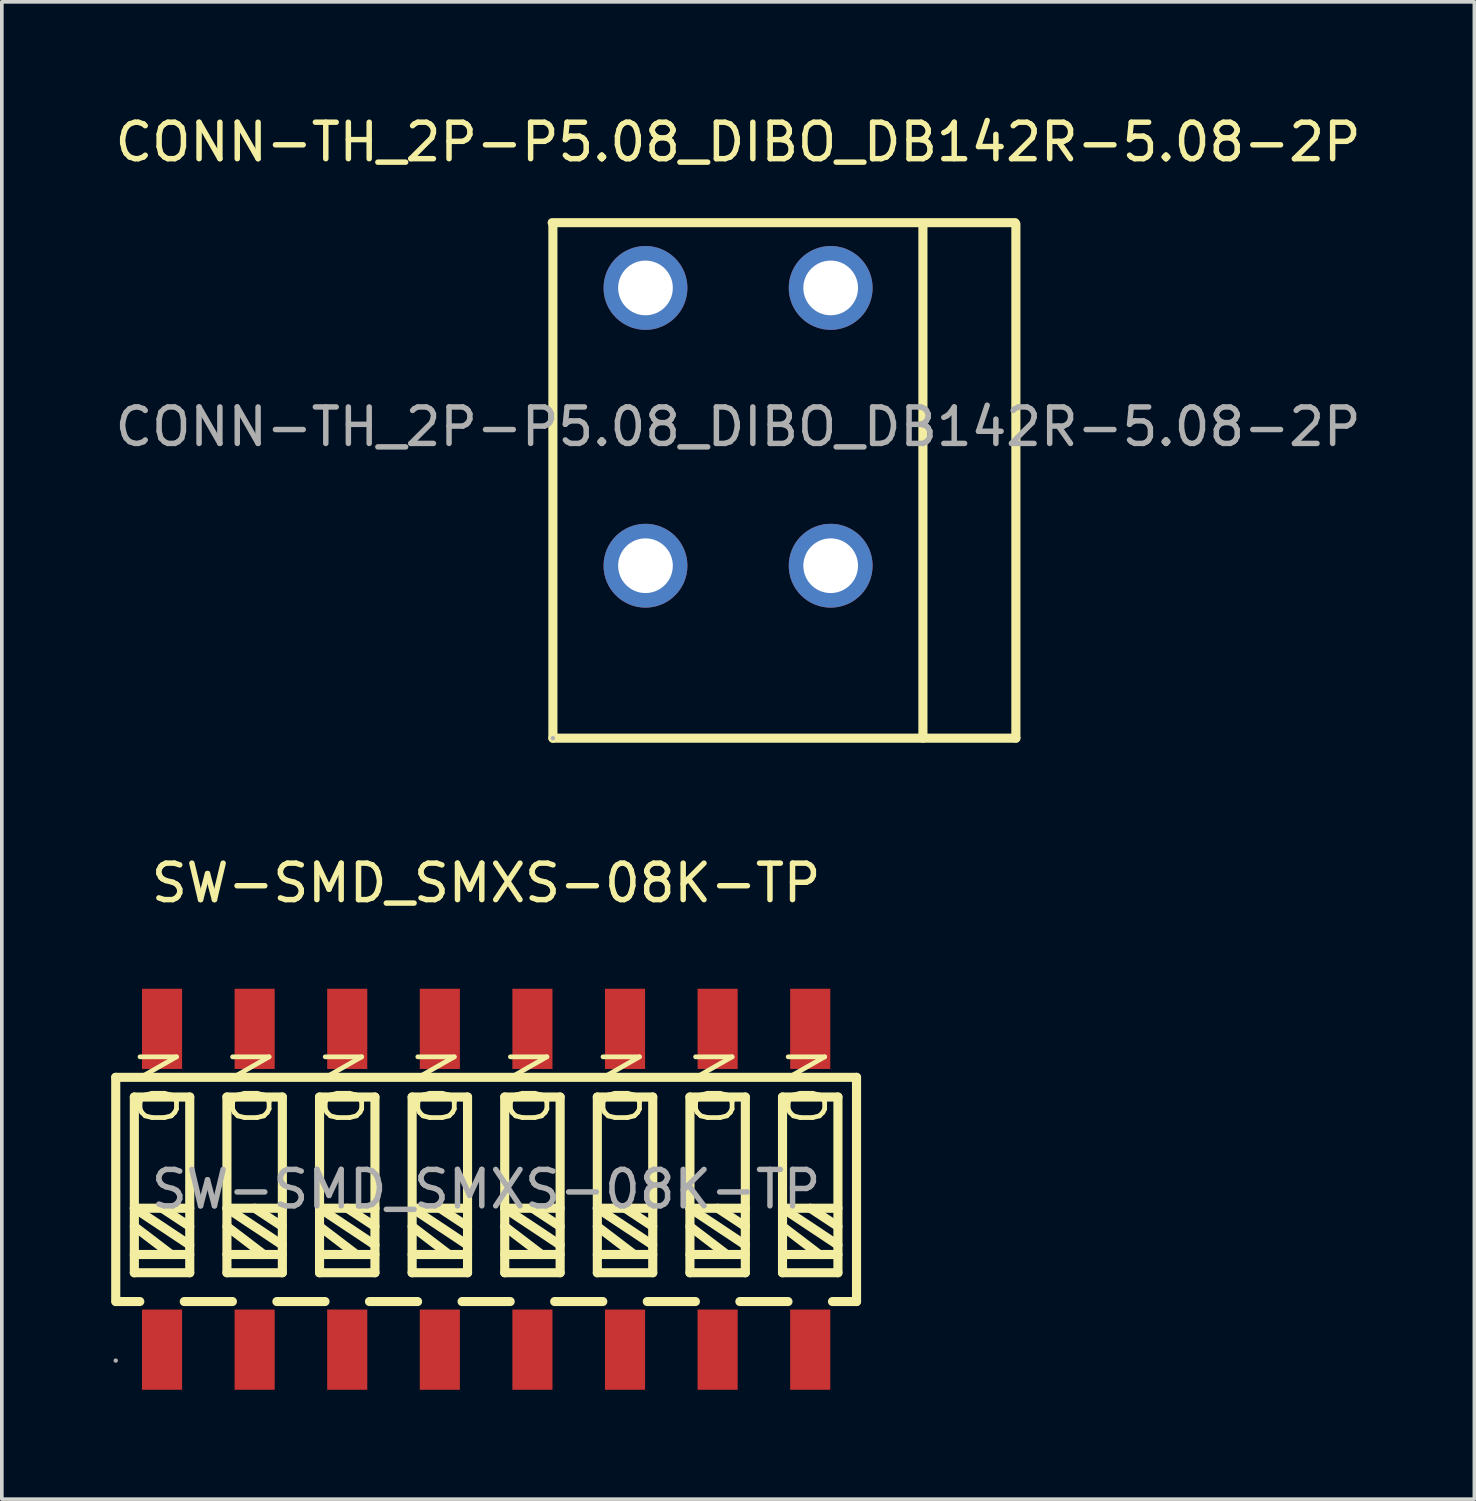
<source format=kicad_pcb>
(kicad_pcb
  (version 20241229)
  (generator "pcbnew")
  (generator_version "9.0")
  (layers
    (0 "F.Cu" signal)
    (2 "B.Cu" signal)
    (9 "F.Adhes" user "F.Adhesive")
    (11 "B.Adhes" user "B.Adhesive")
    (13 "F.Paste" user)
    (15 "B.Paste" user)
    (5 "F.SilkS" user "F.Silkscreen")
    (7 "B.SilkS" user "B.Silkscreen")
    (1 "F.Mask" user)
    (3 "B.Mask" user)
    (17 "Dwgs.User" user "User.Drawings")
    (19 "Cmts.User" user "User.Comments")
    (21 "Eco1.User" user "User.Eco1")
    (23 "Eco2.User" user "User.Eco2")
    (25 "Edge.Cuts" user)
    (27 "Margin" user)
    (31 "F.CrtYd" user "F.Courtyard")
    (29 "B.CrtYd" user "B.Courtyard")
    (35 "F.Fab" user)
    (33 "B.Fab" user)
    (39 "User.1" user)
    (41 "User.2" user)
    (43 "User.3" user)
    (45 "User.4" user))
  (footprint "SW-SMD_SMXS-08K-TP"
    (layer "F.Cu")
    (at 10.285 29.572)
    (property "Reference" "SW-SMD_SMXS-08K-TP" (at 0 -8.4 0) (layer "F.SilkS") (effects (font (size 1 1) (thickness 0.15))))
    (attr through_hole)
    (fp_line (start -10.16 -3.07) (end 10.16 -3.07) (stroke (width 0.25) (type solid)) (layer "F.SilkS"))
    (fp_line (start -10.16 3.08) (end -10.16 -3.07) (stroke (width 0.25) (type solid)) (layer "F.SilkS"))
    (fp_line (start -9.65 -2.53) (end -9.65 2.29) (stroke (width 0.25) (type solid)) (layer "F.SilkS"))
    (fp_line (start -9.65 0.52) (end -8.13 1.53) (stroke (width 0.25) (type solid)) (layer "F.SilkS"))
    (fp_line (start -9.65 1.02) (end -8.64 1.79) (stroke (width 0.25) (type solid)) (layer "F.SilkS"))
    (fp_line (start -9.65 1.79) (end -8.13 1.79) (stroke (width 0.25) (type solid)) (layer "F.SilkS"))
    (fp_line (start -9.65 2.29) (end -8.13 2.29) (stroke (width 0.25) (type solid)) (layer "F.SilkS"))
    (fp_line (start -9.5 3.08) (end -10.15 3.08) (stroke (width 0.25) (type solid)) (layer "F.SilkS"))
    (fp_line (start -8.89 0.52) (end -8.13 1.02) (stroke (width 0.25) (type solid)) (layer "F.SilkS"))
    (fp_line (start -8.13 -2.53) (end -9.65 -2.53) (stroke (width 0.25) (type solid)) (layer "F.SilkS"))
    (fp_line (start -8.13 0.52) (end -9.65 0.52) (stroke (width 0.25) (type solid)) (layer "F.SilkS"))
    (fp_line (start -8.13 2.29) (end -8.13 -2.53) (stroke (width 0.25) (type solid)) (layer "F.SilkS"))
    (fp_line (start -7.11 -2.53) (end -5.59 -2.53) (stroke (width 0.25) (type solid)) (layer "F.SilkS"))
    (fp_line (start -7.11 0.52) (end -5.59 0.52) (stroke (width 0.25) (type solid)) (layer "F.SilkS"))
    (fp_line (start -7.11 1.02) (end -6.1 1.79) (stroke (width 0.25) (type solid)) (layer "F.SilkS"))
    (fp_line (start -7.11 1.79) (end -5.59 1.79) (stroke (width 0.25) (type solid)) (layer "F.SilkS"))
    (fp_line (start -7.11 2.29) (end -7.11 -2.53) (stroke (width 0.25) (type solid)) (layer "F.SilkS"))
    (fp_line (start -6.96 3.08) (end -8.28 3.08) (stroke (width 0.25) (type solid)) (layer "F.SilkS"))
    (fp_line (start -6.35 0.52) (end -5.59 1.02) (stroke (width 0.25) (type solid)) (layer "F.SilkS"))
    (fp_line (start -5.59 -2.53) (end -5.59 2.29) (stroke (width 0.25) (type solid)) (layer "F.SilkS"))
    (fp_line (start -5.59 1.53) (end -7.11 0.52) (stroke (width 0.25) (type solid)) (layer "F.SilkS"))
    (fp_line (start -5.59 2.29) (end -7.11 2.29) (stroke (width 0.25) (type solid)) (layer "F.SilkS"))
    (fp_line (start -4.57 -2.53) (end -4.57 2.29) (stroke (width 0.25) (type solid)) (layer "F.SilkS"))
    (fp_line (start -4.57 0.52) (end -3.05 1.53) (stroke (width 0.25) (type solid)) (layer "F.SilkS"))
    (fp_line (start -4.57 1.02) (end -3.56 1.79) (stroke (width 0.25) (type solid)) (layer "F.SilkS"))
    (fp_line (start -4.57 1.79) (end -3.05 1.79) (stroke (width 0.25) (type solid)) (layer "F.SilkS"))
    (fp_line (start -4.57 2.29) (end -3.05 2.29) (stroke (width 0.25) (type solid)) (layer "F.SilkS"))
    (fp_line (start -4.42 3.08) (end -5.74 3.08) (stroke (width 0.25) (type solid)) (layer "F.SilkS"))
    (fp_line (start -3.81 0.52) (end -3.05 1.02) (stroke (width 0.25) (type solid)) (layer "F.SilkS"))
    (fp_line (start -3.05 -2.53) (end -4.57 -2.53) (stroke (width 0.25) (type solid)) (layer "F.SilkS"))
    (fp_line (start -3.05 0.52) (end -4.57 0.52) (stroke (width 0.25) (type solid)) (layer "F.SilkS"))
    (fp_line (start -3.05 2.29) (end -3.05 -2.53) (stroke (width 0.25) (type solid)) (layer "F.SilkS"))
    (fp_line (start -2.03 -2.53) (end -0.51 -2.53) (stroke (width 0.25) (type solid)) (layer "F.SilkS"))
    (fp_line (start -2.03 0.52) (end -0.51 0.52) (stroke (width 0.25) (type solid)) (layer "F.SilkS"))
    (fp_line (start -2.03 1.02) (end -1.02 1.79) (stroke (width 0.25) (type solid)) (layer "F.SilkS"))
    (fp_line (start -2.03 1.79) (end -0.51 1.79) (stroke (width 0.25) (type solid)) (layer "F.SilkS"))
    (fp_line (start -2.03 2.29) (end -2.03 -2.53) (stroke (width 0.25) (type solid)) (layer "F.SilkS"))
    (fp_line (start -1.88 3.08) (end -3.2 3.08) (stroke (width 0.25) (type solid)) (layer "F.SilkS"))
    (fp_line (start -1.27 0.52) (end -0.51 1.02) (stroke (width 0.25) (type solid)) (layer "F.SilkS"))
    (fp_line (start -0.51 -2.53) (end -0.51 2.29) (stroke (width 0.25) (type solid)) (layer "F.SilkS"))
    (fp_line (start -0.51 1.53) (end -2.03 0.52) (stroke (width 0.25) (type solid)) (layer "F.SilkS"))
    (fp_line (start -0.51 2.29) (end -2.03 2.29) (stroke (width 0.25) (type solid)) (layer "F.SilkS"))
    (fp_line (start 0.51 -2.53) (end 0.51 2.29) (stroke (width 0.25) (type solid)) (layer "F.SilkS"))
    (fp_line (start 0.51 0.52) (end 2.03 1.53) (stroke (width 0.25) (type solid)) (layer "F.SilkS"))
    (fp_line (start 0.51 1.02) (end 1.52 1.79) (stroke (width 0.25) (type solid)) (layer "F.SilkS"))
    (fp_line (start 0.51 1.79) (end 2.03 1.79) (stroke (width 0.25) (type solid)) (layer "F.SilkS"))
    (fp_line (start 0.51 2.29) (end 2.03 2.29) (stroke (width 0.25) (type solid)) (layer "F.SilkS"))
    (fp_line (start 0.66 3.08) (end -0.66 3.08) (stroke (width 0.25) (type solid)) (layer "F.SilkS"))
    (fp_line (start 1.27 0.52) (end 2.03 1.02) (stroke (width 0.25) (type solid)) (layer "F.SilkS"))
    (fp_line (start 2.03 -2.53) (end 0.51 -2.53) (stroke (width 0.25) (type solid)) (layer "F.SilkS"))
    (fp_line (start 2.03 0.52) (end 0.51 0.52) (stroke (width 0.25) (type solid)) (layer "F.SilkS"))
    (fp_line (start 2.03 2.29) (end 2.03 -2.53) (stroke (width 0.25) (type solid)) (layer "F.SilkS"))
    (fp_line (start 3.05 -2.53) (end 4.57 -2.53) (stroke (width 0.25) (type solid)) (layer "F.SilkS"))
    (fp_line (start 3.05 0.52) (end 4.57 0.52) (stroke (width 0.25) (type solid)) (layer "F.SilkS"))
    (fp_line (start 3.05 1.02) (end 4.06 1.79) (stroke (width 0.25) (type solid)) (layer "F.SilkS"))
    (fp_line (start 3.05 1.79) (end 4.57 1.79) (stroke (width 0.25) (type solid)) (layer "F.SilkS"))
    (fp_line (start 3.05 2.29) (end 3.05 -2.53) (stroke (width 0.25) (type solid)) (layer "F.SilkS"))
    (fp_line (start 3.2 3.08) (end 1.88 3.08) (stroke (width 0.25) (type solid)) (layer "F.SilkS"))
    (fp_line (start 3.81 0.52) (end 4.57 1.02) (stroke (width 0.25) (type solid)) (layer "F.SilkS"))
    (fp_line (start 4.57 -2.53) (end 4.57 2.29) (stroke (width 0.25) (type solid)) (layer "F.SilkS"))
    (fp_line (start 4.57 1.53) (end 3.05 0.52) (stroke (width 0.25) (type solid)) (layer "F.SilkS"))
    (fp_line (start 4.57 2.29) (end 3.05 2.29) (stroke (width 0.25) (type solid)) (layer "F.SilkS"))
    (fp_line (start 5.59 -2.53) (end 5.59 2.29) (stroke (width 0.25) (type solid)) (layer "F.SilkS"))
    (fp_line (start 5.59 0.52) (end 7.11 1.53) (stroke (width 0.25) (type solid)) (layer "F.SilkS"))
    (fp_line (start 5.59 1.02) (end 6.6 1.79) (stroke (width 0.25) (type solid)) (layer "F.SilkS"))
    (fp_line (start 5.59 1.79) (end 7.11 1.79) (stroke (width 0.25) (type solid)) (layer "F.SilkS"))
    (fp_line (start 5.59 2.29) (end 7.11 2.29) (stroke (width 0.25) (type solid)) (layer "F.SilkS"))
    (fp_line (start 5.74 3.08) (end 4.42 3.08) (stroke (width 0.25) (type solid)) (layer "F.SilkS"))
    (fp_line (start 6.35 0.52) (end 7.11 1.02) (stroke (width 0.25) (type solid)) (layer "F.SilkS"))
    (fp_line (start 7.11 -2.53) (end 5.59 -2.53) (stroke (width 0.25) (type solid)) (layer "F.SilkS"))
    (fp_line (start 7.11 0.52) (end 5.59 0.52) (stroke (width 0.25) (type solid)) (layer "F.SilkS"))
    (fp_line (start 7.11 2.29) (end 7.11 -2.53) (stroke (width 0.25) (type solid)) (layer "F.SilkS"))
    (fp_line (start 8.13 -2.53) (end 9.65 -2.53) (stroke (width 0.25) (type solid)) (layer "F.SilkS"))
    (fp_line (start 8.13 0.52) (end 9.65 0.52) (stroke (width 0.25) (type solid)) (layer "F.SilkS"))
    (fp_line (start 8.13 1.02) (end 9.14 1.79) (stroke (width 0.25) (type solid)) (layer "F.SilkS"))
    (fp_line (start 8.13 1.79) (end 9.65 1.79) (stroke (width 0.25) (type solid)) (layer "F.SilkS"))
    (fp_line (start 8.13 2.29) (end 8.13 -2.53) (stroke (width 0.25) (type solid)) (layer "F.SilkS"))
    (fp_line (start 8.28 3.08) (end 6.96 3.08) (stroke (width 0.25) (type solid)) (layer "F.SilkS"))
    (fp_line (start 8.89 0.52) (end 9.65 1.02) (stroke (width 0.25) (type solid)) (layer "F.SilkS"))
    (fp_line (start 9.65 -2.53) (end 9.65 2.29) (stroke (width 0.25) (type solid)) (layer "F.SilkS"))
    (fp_line (start 9.65 1.53) (end 8.13 0.52) (stroke (width 0.25) (type solid)) (layer "F.SilkS"))
    (fp_line (start 9.65 2.29) (end 8.13 2.29) (stroke (width 0.25) (type solid)) (layer "F.SilkS"))
    (fp_line (start 10.16 -3.07) (end 10.16 3.08) (stroke (width 0.25) (type solid)) (layer "F.SilkS"))
    (fp_line (start 10.16 3.08) (end 9.5 3.08) (stroke (width 0.25) (type solid)) (layer "F.SilkS"))
    (fp_circle (center -10.16 4.7) (end -10.13 4.7) (stroke (width 0.06) (type solid)) (fill no) (layer "F.Fab"))
    (fp_text user "ON" (at 1.21 -1.69 90) (layer "F.SilkS") (effects (font (size 1 1) (thickness 0.13)) (justify left)))
    (fp_text user "ON" (at -6.41 -1.69 90) (layer "F.SilkS") (effects (font (size 1 1) (thickness 0.13)) (justify left)))
    (fp_text user "ON" (at 8.83 -1.69 90) (layer "F.SilkS") (effects (font (size 1 1) (thickness 0.13)) (justify left)))
    (fp_text user "ON" (at 3.75 -1.69 90) (layer "F.SilkS") (effects (font (size 1 1) (thickness 0.13)) (justify left)))
    (fp_text user "ON" (at -8.95 -1.69 90) (layer "F.SilkS") (effects (font (size 1 1) (thickness 0.13)) (justify left)))
    (fp_text user "ON" (at 6.29 -1.69 90) (layer "F.SilkS") (effects (font (size 1 1) (thickness 0.13)) (justify left)))
    (fp_text user "ON" (at -1.33 -1.69 90) (layer "F.SilkS") (effects (font (size 1 1) (thickness 0.13)) (justify left)))
    (fp_text user "ON" (at -3.87 -1.69 90) (layer "F.SilkS") (effects (font (size 1 1) (thickness 0.13)) (justify left)))
    (fp_text user "${REFERENCE}" (at 0 0 0) (layer "F.Fab") (effects (font (size 1 1) (thickness 0.15))))
    (pad "1" smd rect (at -8.89 4.4 180) (size 1.1 2.2) (layers "F.Cu" "F.Mask" "F.Paste"))
    (pad "2" smd rect (at -6.35 4.4 180) (size 1.1 2.2) (layers "F.Cu" "F.Mask" "F.Paste"))
    (pad "3" smd rect (at -3.81 4.4 180) (size 1.1 2.2) (layers "F.Cu" "F.Mask" "F.Paste"))
    (pad "4" smd rect (at -1.27 4.4 180) (size 1.1 2.2) (layers "F.Cu" "F.Mask" "F.Paste"))
    (pad "5" smd rect (at 1.27 4.4 180) (size 1.1 2.2) (layers "F.Cu" "F.Mask" "F.Paste"))
    (pad "6" smd rect (at 3.81 4.4 180) (size 1.1 2.2) (layers "F.Cu" "F.Mask" "F.Paste"))
    (pad "7" smd rect (at 6.35 4.4 180) (size 1.1 2.2) (layers "F.Cu" "F.Mask" "F.Paste"))
    (pad "8" smd rect (at 8.89 4.4 180) (size 1.1 2.2) (layers "F.Cu" "F.Mask" "F.Paste"))
    (pad "9" smd rect (at 8.89 -4.4 180) (size 1.1 2.2) (layers "F.Cu" "F.Mask" "F.Paste"))
    (pad "10" smd rect (at 6.35 -4.4 180) (size 1.1 2.2) (layers "F.Cu" "F.Mask" "F.Paste"))
    (pad "11" smd rect (at 3.81 -4.4 180) (size 1.1 2.2) (layers "F.Cu" "F.Mask" "F.Paste"))
    (pad "12" smd rect (at 1.27 -4.4 180) (size 1.1 2.2) (layers "F.Cu" "F.Mask" "F.Paste"))
    (pad "13" smd rect (at -1.27 -4.4 180) (size 1.1 2.2) (layers "F.Cu" "F.Mask" "F.Paste"))
    (pad "14" smd rect (at -3.81 -4.4 180) (size 1.1 2.2) (layers "F.Cu" "F.Mask" "F.Paste"))
    (pad "15" smd rect (at -6.35 -4.4 180) (size 1.1 2.2) (layers "F.Cu" "F.Mask" "F.Paste"))
    (pad "16" smd rect (at -8.89 -4.4 180) (size 1.1 2.2) (layers "F.Cu" "F.Mask" "F.Paste")))
  (footprint "CONN-TH_2P-P5.08_DIBO_DB142R-5.08-2P"
    (layer "F.Cu")
    (at 17.196 8.658)
    (property "Reference" "CONN-TH_2P-P5.08_DIBO_DB142R-5.08-2P" (at 0 -7.81 0) (layer "F.SilkS") (effects (font (size 1 1) (thickness 0.15))))
    (attr through_hole)
    (fp_line (start -5.1 -5.6) (end 7.6 -5.6) (stroke (width 0.25) (type solid)) (layer "F.SilkS"))
    (fp_line (start -5.08 -5.56) (end -5.08 8.54) (stroke (width 0.25) (type solid)) (layer "F.SilkS"))
    (fp_line (start -5.08 8.54) (end 7.62 8.54) (stroke (width 0.25) (type solid)) (layer "F.SilkS"))
    (fp_line (start 5.07 -5.56) (end 5.07 8.54) (stroke (width 0.25) (type solid)) (layer "F.SilkS"))
    (fp_line (start 7.62 -5.56) (end 7.62 8.54) (stroke (width 0.25) (type solid)) (layer "F.SilkS"))
    (fp_circle (center -5.08 8.54) (end -5.05 8.54) (stroke (width 0.06) (type solid)) (fill no) (layer "F.Fab"))
    (fp_text user "${REFERENCE}" (at 0 0 0) (layer "F.Fab") (effects (font (size 1 1) (thickness 0.15))))
    (pad "1" thru_hole circle (at -2.54 -3.81 180) (size 2.3 2.3) (drill 1.5) (layers "*.Cu" "*.Mask"))
    (pad "1" thru_hole circle (at -2.54 3.81 180) (size 2.3 2.3) (drill 1.5) (layers "*.Cu" "*.Mask"))
    (pad "2" thru_hole circle (at 2.54 -3.81 180) (size 2.3 2.3) (drill 1.5) (layers "*.Cu" "*.Mask"))
    (pad "2" thru_hole circle (at 2.54 3.81 180) (size 2.3 2.3) (drill 1.5) (layers "*.Cu" "*.Mask")))
  (gr_rect
    (start -3 -3)
    (end 37.393 38.072)
    (stroke (width 0.1) (type default))
    (fill no)
    (layer "Edge.Cuts")))
</source>
